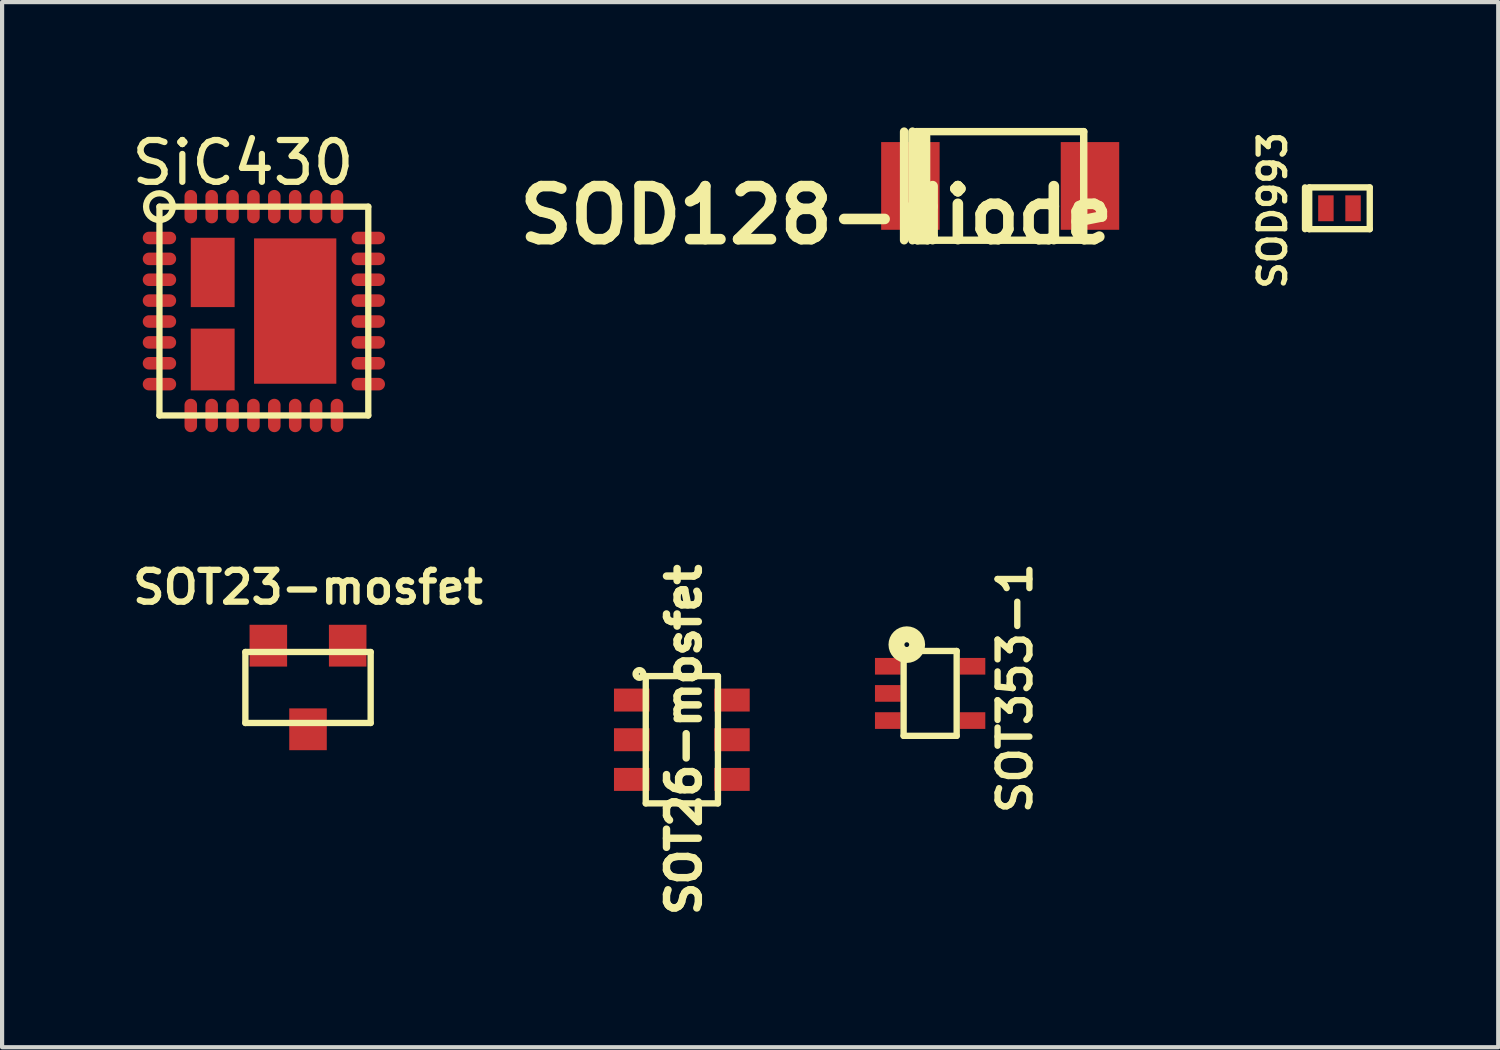
<source format=kicad_pcb>
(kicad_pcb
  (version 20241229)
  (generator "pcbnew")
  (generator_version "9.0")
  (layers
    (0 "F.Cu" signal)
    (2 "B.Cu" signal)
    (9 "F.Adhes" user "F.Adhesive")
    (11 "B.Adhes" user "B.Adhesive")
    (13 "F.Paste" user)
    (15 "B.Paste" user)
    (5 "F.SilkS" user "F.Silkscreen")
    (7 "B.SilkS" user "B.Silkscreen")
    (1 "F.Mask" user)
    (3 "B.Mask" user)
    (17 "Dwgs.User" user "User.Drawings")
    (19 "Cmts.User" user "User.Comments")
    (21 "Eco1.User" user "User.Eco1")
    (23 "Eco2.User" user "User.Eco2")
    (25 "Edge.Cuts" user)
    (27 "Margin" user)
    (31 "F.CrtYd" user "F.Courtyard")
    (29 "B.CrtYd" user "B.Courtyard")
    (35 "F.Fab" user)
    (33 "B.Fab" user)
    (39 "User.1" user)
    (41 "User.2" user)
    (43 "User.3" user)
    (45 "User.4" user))
  (footprint "SOD128-diode"
    (layer "F.Cu")
    (at 20.898 1.402)
    (property "Reference" "SOD128-diode" (at -4.4 0.7 0) (layer "F.SilkS") (effects (font (size 1.27 1.27) (thickness 0.254))))
    (attr smd)
    (fp_line (start -2.3 -1.3) (end -2.3 1.3) (stroke (width 0.203) (type solid)) (layer "F.SilkS"))
    (fp_line (start -2.1 -1.3) (end -2.1 1.3) (stroke (width 0.203) (type solid)) (layer "F.SilkS"))
    (fp_line (start -2 -1.3) (end 2 -1.3) (stroke (width 0.178) (type solid)) (layer "F.SilkS"))
    (fp_line (start -2 1.3) (end -2 -1.3) (stroke (width 0.178) (type solid)) (layer "F.SilkS"))
    (fp_line (start -1.8 -1.2) (end -1.8 1.2) (stroke (width 0.254) (type solid)) (layer "F.SilkS"))
    (fp_line (start 2 -1.3) (end 2 1.3) (stroke (width 0.178) (type solid)) (layer "F.SilkS"))
    (fp_line (start 2 1.3) (end -2 1.3) (stroke (width 0.178) (type solid)) (layer "F.SilkS"))
    (pad "A" smd rect (at 2.15 0) (size 1.4 2.1) (layers "F.Cu" "F.Mask" "F.Paste"))
    (pad "K" smd rect (at -2.15 0) (size 1.4 2.1) (layers "F.Cu" "F.Mask" "F.Paste")))
  (footprint "SOT26-mosfet"
    (layer "F.Cu")
    (at 13.276 14.662)
    (property "Reference" "SOT26-mosfet" (at 0.051 0 90) (layer "F.SilkS") (effects (font (size 0.762 0.762) (thickness 0.178))))
    (attr through_hole)
    (fp_line (start -0.864 -1.524) (end 0.864 -1.524) (stroke (width 0.152) (type solid)) (layer "F.SilkS"))
    (fp_line (start -0.864 1.524) (end -0.864 -1.524) (stroke (width 0.152) (type solid)) (layer "F.SilkS"))
    (fp_line (start 0.864 -1.524) (end 0.864 1.524) (stroke (width 0.152) (type solid)) (layer "F.SilkS"))
    (fp_line (start 0.864 1.524) (end -0.864 1.524) (stroke (width 0.152) (type solid)) (layer "F.SilkS"))
    (fp_circle (center -1.016 -1.575) (end -1.067 -1.651) (stroke (width 0.152) (type solid)) (fill no) (layer "F.SilkS"))
    (pad "D" smd rect (at -1.2 -0.95 180) (size 0.85 0.55) (layers "F.Cu" "F.Mask" "F.Paste"))
    (pad "D" smd rect (at -1.2 0 180) (size 0.85 0.55) (layers "F.Cu" "F.Mask" "F.Paste"))
    (pad "D" smd rect (at 1.2 -0.95 180) (size 0.85 0.55) (layers "F.Cu" "F.Mask" "F.Paste"))
    (pad "D" smd rect (at 1.2 0 180) (size 0.85 0.55) (layers "F.Cu" "F.Mask" "F.Paste"))
    (pad "G" smd rect (at -1.2 0.95 180) (size 0.85 0.55) (layers "F.Cu" "F.Mask" "F.Paste"))
    (pad "S" smd rect (at 1.2 0.95 180) (size 0.85 0.55) (layers "F.Cu" "F.Mask" "F.Paste")))
  (footprint "SOD993"
    (layer "F.Cu")
    (at 29.022 1.937)
    (property "Reference" "SOD993" (at -1.6 0.05 90) (layer "F.SilkS") (effects (font (size 0.635 0.635) (thickness 0.127))))
    (attr smd)
    (fp_line (start -0.825 -0.5) (end -0.825 0.5) (stroke (width 0.152) (type solid)) (layer "F.SilkS"))
    (fp_line (start -0.725 -0.5) (end 0.725 -0.5) (stroke (width 0.152) (type solid)) (layer "F.SilkS"))
    (fp_line (start -0.725 0.5) (end -0.725 -0.5) (stroke (width 0.152) (type solid)) (layer "F.SilkS"))
    (fp_line (start 0.725 -0.5) (end 0.725 0.5) (stroke (width 0.152) (type solid)) (layer "F.SilkS"))
    (fp_line (start 0.725 0.5) (end -0.725 0.5) (stroke (width 0.152) (type solid)) (layer "F.SilkS"))
    (pad "A" smd rect (at 0.325 0) (size 0.37 0.62) (layers "F.Cu" "F.Mask" "F.Paste"))
    (pad "K" smd rect (at -0.325 0) (size 0.37 0.62) (layers "F.Cu" "F.Mask" "F.Paste")))
  (footprint "SOT23-mosfet"
    (layer "F.Cu")
    (at 4.325 13.411)
    (property "Reference" "SOT23-mosfet" (at 0 -2.4 0) (layer "F.SilkS") (effects (font (size 0.762 0.762) (thickness 0.152))))
    (attr through_hole)
    (fp_line (start -1.5 -0.85) (end -1.5 0.85) (stroke (width 0.152) (type solid)) (layer "F.SilkS"))
    (fp_line (start -1.5 0.85) (end 1.5 0.85) (stroke (width 0.152) (type solid)) (layer "F.SilkS"))
    (fp_line (start 1.5 -0.85) (end -1.5 -0.85) (stroke (width 0.152) (type solid)) (layer "F.SilkS"))
    (fp_line (start 1.5 -0.85) (end 1.5 0.85) (stroke (width 0.152) (type solid)) (layer "F.SilkS"))
    (pad "D" smd rect (at 0 1.001) (size 0.899 1.001) (layers "F.Cu" "F.Mask" "F.Paste"))
    (pad "G" smd rect (at 0.95 -1.001) (size 0.899 1.001) (layers "F.Cu" "F.Mask" "F.Paste"))
    (pad "S" smd rect (at -0.95 -1.001) (size 0.899 1.001) (layers "F.Cu" "F.Mask" "F.Paste")))
  (footprint "SOT353-1"
    (layer "F.Cu")
    (at 19.221 13.553)
    (property "Reference" "SOT353-1" (at 2.032 -0.127 90) (layer "F.SilkS") (effects (font (size 0.762 0.762) (thickness 0.152))))
    (attr smd)
    (fp_line (start -0.635 -1.016) (end -0.635 1.016) (stroke (width 0.152) (type solid)) (layer "F.SilkS"))
    (fp_line (start -0.635 1.016) (end 0.635 1.016) (stroke (width 0.152) (type solid)) (layer "F.SilkS"))
    (fp_line (start 0.635 -1.016) (end -0.635 -1.016) (stroke (width 0.152) (type solid)) (layer "F.SilkS"))
    (fp_line (start 0.635 1.016) (end 0.635 -1.016) (stroke (width 0.152) (type solid)) (layer "F.SilkS"))
    (fp_circle (center -0.559 -1.168) (end -0.61 -1.194) (stroke (width 0.381) (type solid)) (fill no) (layer "F.SilkS"))
    (pad "1" smd rect (at -1.016 -0.65) (size 0.61 0.399) (layers "F.Cu" "F.Mask" "F.Paste"))
    (pad "2" smd rect (at -1.016 0) (size 0.61 0.399) (layers "F.Cu" "F.Mask" "F.Paste"))
    (pad "3" smd rect (at -1.016 0.65) (size 0.61 0.399) (layers "F.Cu" "F.Mask" "F.Paste"))
    (pad "4" smd rect (at 1.016 0.65) (size 0.61 0.399) (layers "F.Cu" "F.Mask" "F.Paste"))
    (pad "5" smd rect (at 1.016 -0.65) (size 0.61 0.399) (layers "F.Cu" "F.Mask" "F.Paste")))
  (footprint "SiC430"
    (layer "F.Cu")
    (at 3.268 4.398)
    (property "Reference" "SiC430" (at -0.5 -3.55 0) (layer "F.SilkS") (effects (font (size 1 1) (thickness 0.15))))
    (attr through_hole)
    (fp_line (start -2.5 -2.5) (end 2.5 -2.5) (stroke (width 0.15) (type solid)) (layer "F.SilkS"))
    (fp_line (start -2.5 2.5) (end -2.5 -2.5) (stroke (width 0.15) (type solid)) (layer "F.SilkS"))
    (fp_line (start 2.5 -2.5) (end 2.5 2.5) (stroke (width 0.15) (type solid)) (layer "F.SilkS"))
    (fp_line (start 2.5 2.5) (end -2.5 2.5) (stroke (width 0.15) (type solid)) (layer "F.SilkS"))
    (fp_circle (center -2.5 -2.5) (end -2.7 -2.75) (stroke (width 0.15) (type solid)) (fill no) (layer "F.SilkS"))
    (pad "1" smd oval (at -2.5 -1.75) (size 0.8 0.3) (layers "F.Cu" "F.Mask" "F.Paste"))
    (pad "2" smd oval (at -2.5 -1.25) (size 0.8 0.3) (layers "F.Cu" "F.Mask" "F.Paste"))
    (pad "3" smd oval (at -2.5 -0.75) (size 0.8 0.3) (layers "F.Cu" "F.Mask" "F.Paste"))
    (pad "4" smd oval (at -2.5 -0.25) (size 0.8 0.3) (layers "F.Cu" "F.Mask" "F.Paste"))
    (pad "5" smd oval (at -2.5 0.25) (size 0.8 0.3) (layers "F.Cu" "F.Mask" "F.Paste"))
    (pad "6" smd oval (at -2.5 0.75) (size 0.8 0.3) (layers "F.Cu" "F.Mask" "F.Paste"))
    (pad "7" smd oval (at -2.5 1.25) (size 0.8 0.3) (layers "F.Cu" "F.Mask" "F.Paste"))
    (pad "8" smd oval (at -2.5 1.75) (size 0.8 0.3) (layers "F.Cu" "F.Mask" "F.Paste"))
    (pad "9" smd oval (at -1.75 2.5) (size 0.3 0.8) (layers "F.Cu" "F.Mask" "F.Paste"))
    (pad "10" smd oval (at -1.25 2.5) (size 0.3 0.8) (layers "F.Cu" "F.Mask" "F.Paste"))
    (pad "11" smd oval (at -0.75 2.5) (size 0.3 0.8) (layers "F.Cu" "F.Mask" "F.Paste"))
    (pad "12" smd oval (at -0.25 2.5) (size 0.3 0.8) (layers "F.Cu" "F.Mask" "F.Paste"))
    (pad "13" smd oval (at 0.25 2.5) (size 0.3 0.8) (layers "F.Cu" "F.Mask" "F.Paste"))
    (pad "14" smd oval (at 0.75 2.5) (size 0.3 0.8) (layers "F.Cu" "F.Mask" "F.Paste"))
    (pad "15" smd oval (at 1.25 2.5) (size 0.3 0.8) (layers "F.Cu" "F.Mask" "F.Paste"))
    (pad "16" smd oval (at 1.75 2.5) (size 0.3 0.8) (layers "F.Cu" "F.Mask" "F.Paste"))
    (pad "17" smd oval (at 2.5 1.75) (size 0.8 0.3) (layers "F.Cu" "F.Mask" "F.Paste"))
    (pad "18" smd oval (at 2.5 1.25) (size 0.8 0.3) (layers "F.Cu" "F.Mask" "F.Paste"))
    (pad "19" smd oval (at 2.5 0.75) (size 0.8 0.3) (layers "F.Cu" "F.Mask" "F.Paste"))
    (pad "20" smd oval (at 2.5 0.25) (size 0.8 0.3) (layers "F.Cu" "F.Mask" "F.Paste"))
    (pad "21" smd oval (at 2.5 -0.25) (size 0.8 0.3) (layers "F.Cu" "F.Mask" "F.Paste"))
    (pad "22" smd oval (at 2.5 -0.75) (size 0.8 0.3) (layers "F.Cu" "F.Mask" "F.Paste"))
    (pad "23" smd oval (at 2.5 -1.25) (size 0.8 0.3) (layers "F.Cu" "F.Mask" "F.Paste"))
    (pad "24" smd oval (at 2.5 -1.75) (size 0.8 0.3) (layers "F.Cu" "F.Mask" "F.Paste"))
    (pad "25" smd oval (at 1.75 -2.5) (size 0.3 0.8) (layers "F.Cu" "F.Mask" "F.Paste"))
    (pad "26" smd oval (at 1.25 -2.5) (size 0.3 0.8) (layers "F.Cu" "F.Mask" "F.Paste"))
    (pad "27" smd oval (at 0.75 -2.5) (size 0.3 0.8) (layers "F.Cu" "F.Mask" "F.Paste"))
    (pad "28" smd oval (at 0.25 -2.5) (size 0.3 0.8) (layers "F.Cu" "F.Mask" "F.Paste"))
    (pad "29" smd oval (at -0.25 -2.5) (size 0.3 0.8) (layers "F.Cu" "F.Mask" "F.Paste"))
    (pad "30" smd oval (at -0.75 -2.5) (size 0.3 0.8) (layers "F.Cu" "F.Mask" "F.Paste"))
    (pad "31" smd oval (at -1.25 -2.5) (size 0.3 0.8) (layers "F.Cu" "F.Mask" "F.Paste"))
    (pad "32" smd oval (at -1.75 -2.5) (size 0.3 0.8) (layers "F.Cu" "F.Mask" "F.Paste"))
    (pad "33" smd rect (at -1.225 -0.925) (size 1.05 1.66) (layers "F.Cu" "F.Mask" "F.Paste"))
    (pad "34" smd rect (at -1.225 1.16) (size 1.05 1.48) (layers "F.Cu" "F.Mask" "F.Paste"))
    (pad "35" smd rect (at 0.75 0) (size 1.97 3.48) (layers "F.Cu" "F.Mask" "F.Paste")))
  (gr_rect
    (start -3 -3)
    (end 32.823 22.025)
    (stroke (width 0.1) (type default))
    (fill no)
    (layer "Edge.Cuts")))
</source>
